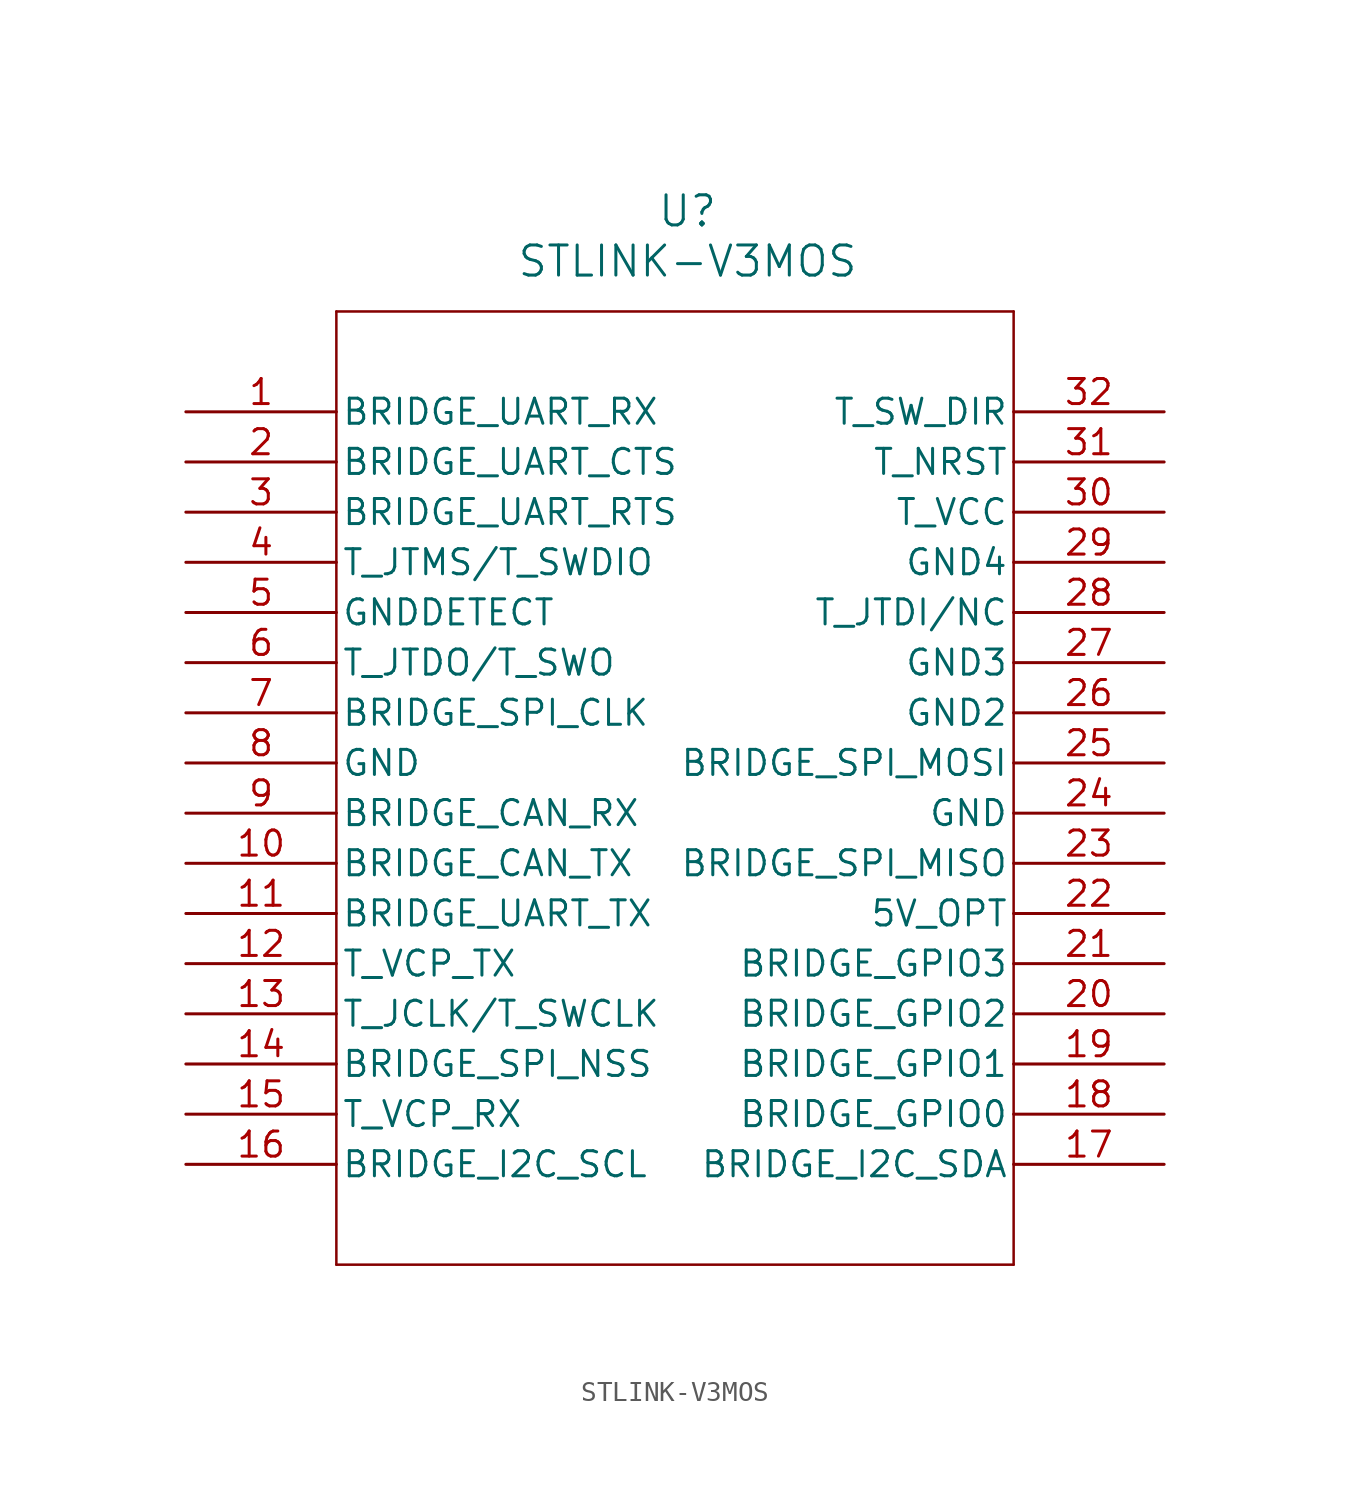
<source format=kicad_sym>
(kicad_symbol_lib
  (version 20231120)
  (generator "kicad_symbol_editor")
  (generator_version "8.0")
  (symbol "STLINK-V3MOS"
    (pin_names
      (offset 0.254))
    (property "Reference" "U"
      (at 0 30.48 0)
      (effects (font (size 1.524 1.524))))
    (property "Value" "STLINK-V3MOS"
      (at 0 27.94 0)
      (effects (font (size 1.524 1.524))))
    (symbol "STLINK-V3MOS_0_1"
      (polyline (pts (xy -17.78 -22.86) (xy 16.51 -22.86)) (stroke (width 0.127) (type default)) (fill (type none)))
      (polyline (pts (xy -17.78 25.4) (xy -17.78 -22.86)) (stroke (width 0.127) (type default)) (fill (type none)))
      (polyline (pts (xy 16.51 -22.86) (xy 16.51 25.4)) (stroke (width 0.127) (type default)) (fill (type none)))
      (polyline (pts (xy 16.51 25.4) (xy -17.78 25.4)) (stroke (width 0.127) (type default)) (fill (type none)))
      (pin unspecified line (at -25.4 20.32 0) (length 7.62) (name "BRIDGE_UART_RX" (effects (font (size 1.27 1.27)))) (number "1" (effects (font (size 1.27 1.27)))))
      (pin unspecified line (at -25.4 -2.54 0) (length 7.62) (name "BRIDGE_CAN_TX" (effects (font (size 1.27 1.27)))) (number "10" (effects (font (size 1.27 1.27)))))
      (pin unspecified line (at -25.4 -5.08 0) (length 7.62) (name "BRIDGE_UART_TX" (effects (font (size 1.27 1.27)))) (number "11" (effects (font (size 1.27 1.27)))))
      (pin unspecified line (at -25.4 -12.7 0) (length 7.62) (name "BRIDGE_SPI_NSS" (effects (font (size 1.27 1.27)))) (number "14" (effects (font (size 1.27 1.27)))))
      (pin bidirectional line (at -25.4 -17.78 0) (length 7.62) (name "BRIDGE_I2C_SCL" (effects (font (size 1.27 1.27)))) (number "16" (effects (font (size 1.27 1.27)))))
      (pin bidirectional line (at 24.13 -17.78 180) (length 7.62) (name "BRIDGE_I2C_SDA" (effects (font (size 1.27 1.27)))) (number "17" (effects (font (size 1.27 1.27)))))
      (pin bidirectional line (at 24.13 -15.24 180) (length 7.62) (name "BRIDGE_GPIO0" (effects (font (size 1.27 1.27)))) (number "18" (effects (font (size 1.27 1.27)))))
      (pin bidirectional line (at 24.13 -12.7 180) (length 7.62) (name "BRIDGE_GPIO1" (effects (font (size 1.27 1.27)))) (number "19" (effects (font (size 1.27 1.27)))))
      (pin unspecified line (at -25.4 17.78 0) (length 7.62) (name "BRIDGE_UART_CTS" (effects (font (size 1.27 1.27)))) (number "2" (effects (font (size 1.27 1.27)))))
      (pin bidirectional line (at 24.13 -10.16 180) (length 7.62) (name "BRIDGE_GPIO2" (effects (font (size 1.27 1.27)))) (number "20" (effects (font (size 1.27 1.27)))))
      (pin bidirectional line (at 24.13 -7.62 180) (length 7.62) (name "BRIDGE_GPIO3" (effects (font (size 1.27 1.27)))) (number "21" (effects (font (size 1.27 1.27)))))
      (pin unspecified line (at 24.13 -2.54 180) (length 7.62) (name "BRIDGE_SPI_MISO" (effects (font (size 1.27 1.27)))) (number "23" (effects (font (size 1.27 1.27)))))
      (pin power_out line (at 24.13 0 180) (length 7.62) (name "GND" (effects (font (size 1.27 1.27)))) (number "24" (effects (font (size 1.27 1.27)))))
      (pin unspecified line (at 24.13 2.54 180) (length 7.62) (name "BRIDGE_SPI_MOSI" (effects (font (size 1.27 1.27)))) (number "25" (effects (font (size 1.27 1.27)))))
      (pin power_out line (at 24.13 5.08 180) (length 7.62) (name "GND2" (effects (font (size 1.27 1.27)))) (number "26" (effects (font (size 1.27 1.27)))))
      (pin power_out line (at 24.13 7.62 180) (length 7.62) (name "GND3" (effects (font (size 1.27 1.27)))) (number "27" (effects (font (size 1.27 1.27)))))
      (pin unspecified line (at 24.13 10.16 180) (length 7.62) (name "T_JTDI/NC" (effects (font (size 1.27 1.27)))) (number "28" (effects (font (size 1.27 1.27)))))
      (pin power_out line (at 24.13 12.7 180) (length 7.62) (name "GND4" (effects (font (size 1.27 1.27)))) (number "29" (effects (font (size 1.27 1.27)))))
      (pin unspecified line (at -25.4 15.24 0) (length 7.62) (name "BRIDGE_UART_RTS" (effects (font (size 1.27 1.27)))) (number "3" (effects (font (size 1.27 1.27)))))
      (pin unspecified line (at 24.13 17.78 180) (length 7.62) (name "T_NRST" (effects (font (size 1.27 1.27)))) (number "31" (effects (font (size 1.27 1.27)))))
      (pin unspecified line (at 24.13 20.32 180) (length 7.62) (name "T_SW_DIR" (effects (font (size 1.27 1.27)))) (number "32" (effects (font (size 1.27 1.27)))))
      (pin power_out line (at -25.4 10.16 0) (length 7.62) (name "GNDDETECT" (effects (font (size 1.27 1.27)))) (number "5" (effects (font (size 1.27 1.27)))))
      (pin unspecified line (at -25.4 7.62 0) (length 7.62) (name "T_JTDO/T_SWO" (effects (font (size 1.27 1.27)))) (number "6" (effects (font (size 1.27 1.27)))))
      (pin unspecified line (at -25.4 5.08 0) (length 7.62) (name "BRIDGE_SPI_CLK" (effects (font (size 1.27 1.27)))) (number "7" (effects (font (size 1.27 1.27)))))
      (pin power_out line (at -25.4 2.54 0) (length 7.62) (name "GND" (effects (font (size 1.27 1.27)))) (number "8" (effects (font (size 1.27 1.27)))))
      (pin unspecified line (at -25.4 0 0) (length 7.62) (name "BRIDGE_CAN_RX" (effects (font (size 1.27 1.27)))) (number "9" (effects (font (size 1.27 1.27))))))
    (symbol "STLINK-V3MOS_1_1"
      (pin input line (at -25.4 -7.62 0) (length 7.62) (name "T_VCP_TX" (effects (font (size 1.27 1.27)))) (number "12" (effects (font (size 1.27 1.27)))))
      (pin output line (at -25.4 -10.16 0) (length 7.62) (name "T_JCLK/T_SWCLK" (effects (font (size 1.27 1.27)))) (number "13" (effects (font (size 1.27 1.27)))))
      (pin output line (at -25.4 -15.24 0) (length 7.62) (name "T_VCP_RX" (effects (font (size 1.27 1.27)))) (number "15" (effects (font (size 1.27 1.27)))))
      (pin power_out line (at 24.13 -5.08 180) (length 7.62) (name "5V_OPT" (effects (font (size 1.27 1.27)))) (number "22" (effects (font (size 1.27 1.27)))))
      (pin input line (at 24.13 15.24 180) (length 7.62) (name "T_VCC" (effects (font (size 1.27 1.27)))) (number "30" (effects (font (size 1.27 1.27)))))
      (pin bidirectional line (at -25.4 12.7 0) (length 7.62) (name "T_JTMS/T_SWDIO" (effects (font (size 1.27 1.27)))) (number "4" (effects (font (size 1.27 1.27))))))))
</source>
